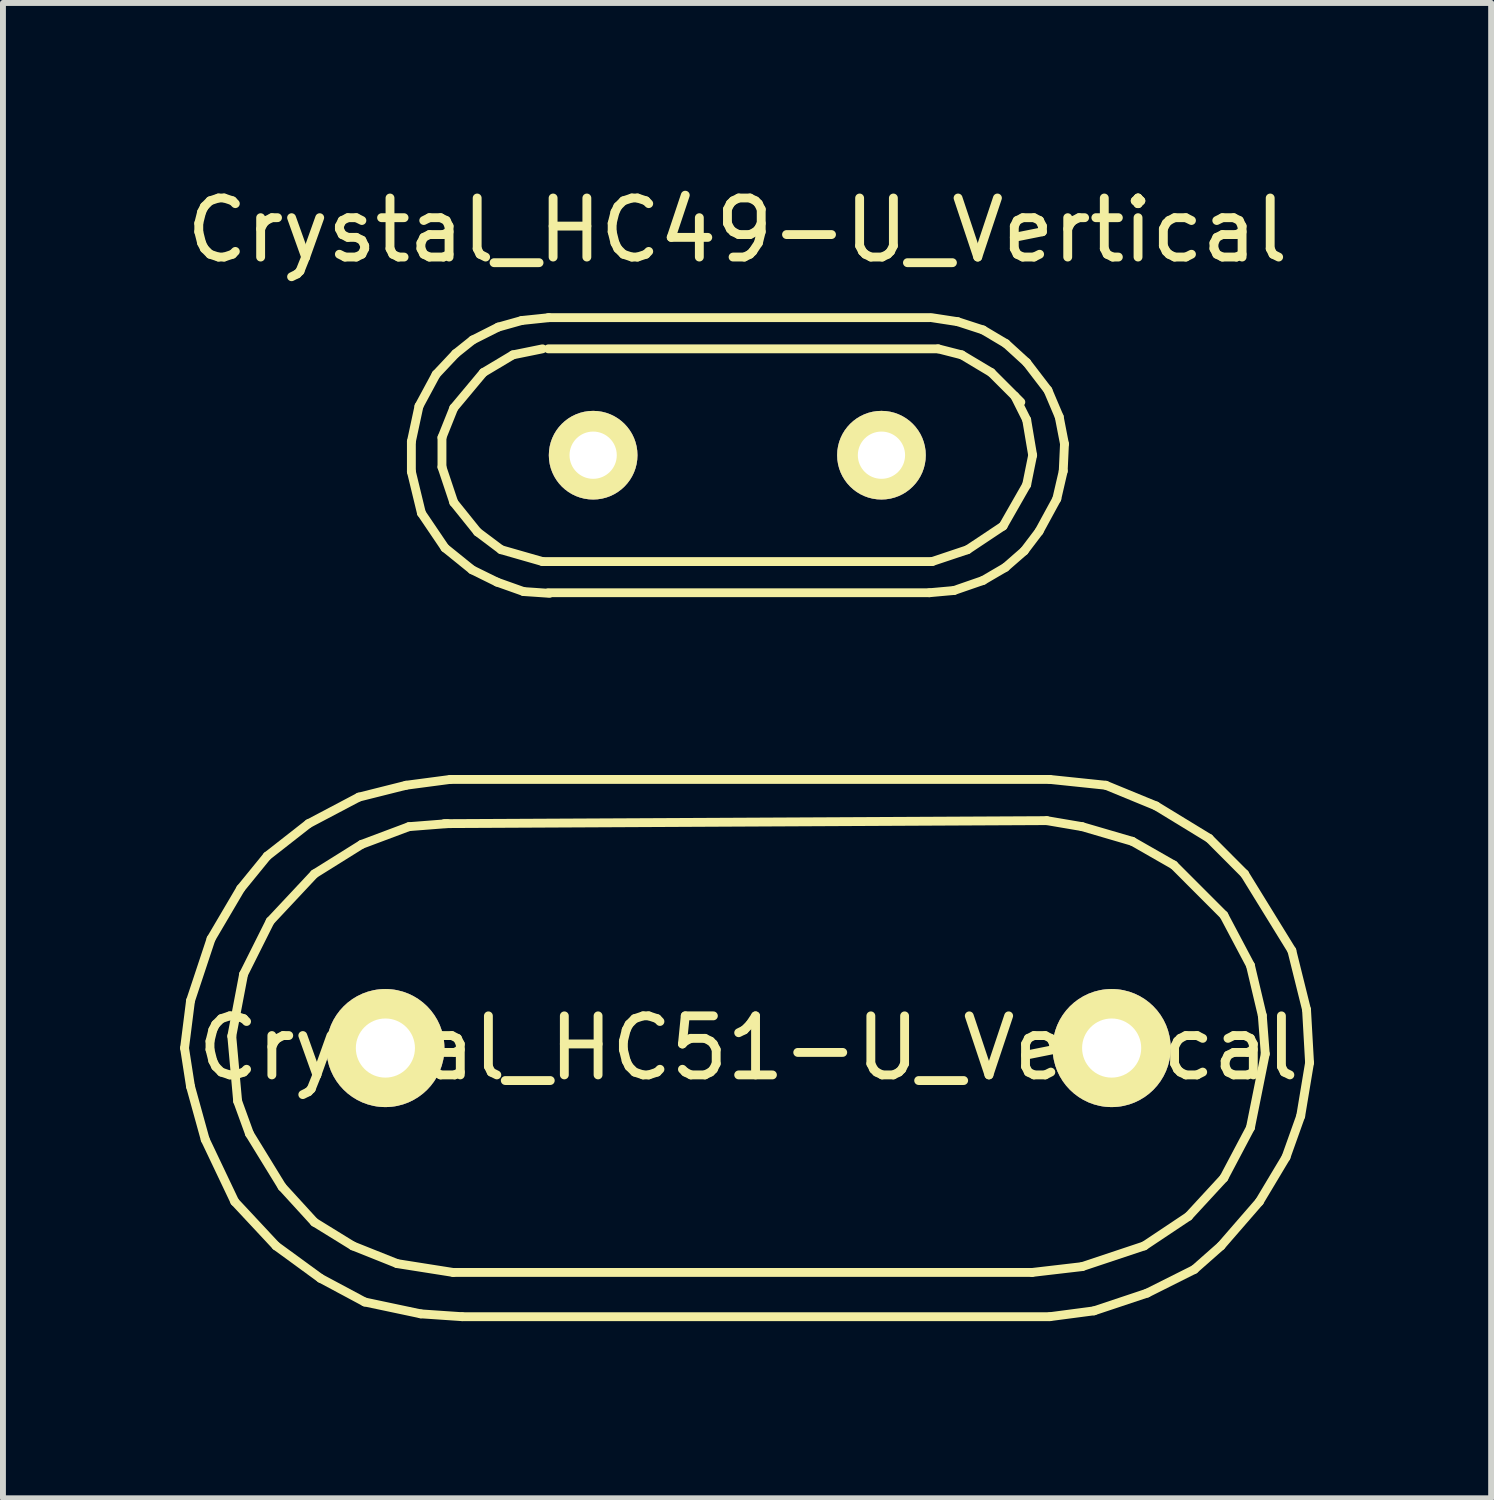
<source format=kicad_pcb>
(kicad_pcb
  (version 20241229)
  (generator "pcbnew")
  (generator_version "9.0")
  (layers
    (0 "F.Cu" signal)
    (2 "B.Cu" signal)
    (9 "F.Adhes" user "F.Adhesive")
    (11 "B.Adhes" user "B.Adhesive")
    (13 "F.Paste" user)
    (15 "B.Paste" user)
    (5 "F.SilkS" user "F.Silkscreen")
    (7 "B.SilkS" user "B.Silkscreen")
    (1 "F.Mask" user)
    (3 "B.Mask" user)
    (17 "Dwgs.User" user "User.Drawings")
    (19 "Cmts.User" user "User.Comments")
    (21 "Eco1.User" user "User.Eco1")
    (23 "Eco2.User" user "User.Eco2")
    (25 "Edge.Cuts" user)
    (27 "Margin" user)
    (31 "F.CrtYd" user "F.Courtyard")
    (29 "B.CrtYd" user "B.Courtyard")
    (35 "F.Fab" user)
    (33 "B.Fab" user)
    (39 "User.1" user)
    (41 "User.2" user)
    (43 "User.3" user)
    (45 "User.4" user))
  (footprint "Crystal_HC49-U_Vertical"
    (layer "F.Cu")
    (at 9.435 4.658)
    (property "Reference" "Crystal_HC49-U_Vertical" (at 0 -3.81 0) (layer "F.SilkS") (effects (font (size 1 1) (thickness 0.15))))
    (attr through_hole)
    (fp_line (start -5.519 -0.231) (end -5.519 0.279) (stroke (width 0.15) (type solid)) (layer "F.SilkS"))
    (fp_line (start -5.519 0.279) (end -5.349 0.98) (stroke (width 0.15) (type solid)) (layer "F.SilkS"))
    (fp_line (start -5.39 -0.831) (end -5.519 -0.231) (stroke (width 0.15) (type solid)) (layer "F.SilkS"))
    (fp_line (start -5.349 0.98) (end -4.95 1.57) (stroke (width 0.15) (type solid)) (layer "F.SilkS"))
    (fp_line (start -5.1 -1.369) (end -5.39 -0.831) (stroke (width 0.15) (type solid)) (layer "F.SilkS"))
    (fp_line (start -5.001 -0.3) (end -4.801 -0.8) (stroke (width 0.15) (type solid)) (layer "F.SilkS"))
    (fp_line (start -5.001 0.201) (end -5.001 -0.3) (stroke (width 0.15) (type solid)) (layer "F.SilkS"))
    (fp_line (start -4.95 1.57) (end -4.491 1.941) (stroke (width 0.15) (type solid)) (layer "F.SilkS"))
    (fp_line (start -4.801 -0.8) (end -4.3 -1.4) (stroke (width 0.15) (type solid)) (layer "F.SilkS"))
    (fp_line (start -4.801 0.8) (end -5.001 0.201) (stroke (width 0.15) (type solid)) (layer "F.SilkS"))
    (fp_line (start -4.77 -1.72) (end -5.1 -1.369) (stroke (width 0.15) (type solid)) (layer "F.SilkS"))
    (fp_line (start -4.491 1.941) (end -4.069 2.149) (stroke (width 0.15) (type solid)) (layer "F.SilkS"))
    (fp_line (start -4.481 -1.951) (end -4.77 -1.72) (stroke (width 0.15) (type solid)) (layer "F.SilkS"))
    (fp_line (start -4.399 1.3) (end -4.801 0.8) (stroke (width 0.15) (type solid)) (layer "F.SilkS"))
    (fp_line (start -4.3 -1.4) (end -3.8 -1.699) (stroke (width 0.15) (type solid)) (layer "F.SilkS"))
    (fp_line (start -4.069 2.149) (end -3.619 2.309) (stroke (width 0.15) (type solid)) (layer "F.SilkS"))
    (fp_line (start -4.049 -2.169) (end -4.481 -1.951) (stroke (width 0.15) (type solid)) (layer "F.SilkS"))
    (fp_line (start -4 1.6) (end -4.399 1.3) (stroke (width 0.15) (type solid)) (layer "F.SilkS"))
    (fp_line (start -3.8 -1.699) (end -3.299 -1.801) (stroke (width 0.15) (type solid)) (layer "F.SilkS"))
    (fp_line (start -3.65 -2.281) (end -4.049 -2.169) (stroke (width 0.15) (type solid)) (layer "F.SilkS"))
    (fp_line (start -3.619 2.309) (end -3.18 2.339) (stroke (width 0.15) (type solid)) (layer "F.SilkS"))
    (fp_line (start -3.299 1.801) (end -4 1.6) (stroke (width 0.15) (type solid)) (layer "F.SilkS"))
    (fp_line (start -3.2 -2.329) (end 3.251 -2.329) (stroke (width 0.15) (type solid)) (layer "F.SilkS"))
    (fp_line (start -3.2 -1.801) (end 3.401 -1.801) (stroke (width 0.15) (type solid)) (layer "F.SilkS"))
    (fp_line (start -3.2 2.329) (end 3.251 2.329) (stroke (width 0.15) (type solid)) (layer "F.SilkS"))
    (fp_line (start -3.19 -2.329) (end -3.65 -2.281) (stroke (width 0.15) (type solid)) (layer "F.SilkS"))
    (fp_line (start 3.251 2.329) (end 3.67 2.291) (stroke (width 0.15) (type solid)) (layer "F.SilkS"))
    (fp_line (start 3.299 1.801) (end -3.299 1.801) (stroke (width 0.15) (type solid)) (layer "F.SilkS"))
    (fp_line (start 3.401 -1.801) (end 3.8 -1.699) (stroke (width 0.15) (type solid)) (layer "F.SilkS"))
    (fp_line (start 3.67 2.291) (end 4.161 2.121) (stroke (width 0.15) (type solid)) (layer "F.SilkS"))
    (fp_line (start 3.731 -2.261) (end 3.289 -2.329) (stroke (width 0.15) (type solid)) (layer "F.SilkS"))
    (fp_line (start 3.8 -1.699) (end 4.3 -1.4) (stroke (width 0.15) (type solid)) (layer "F.SilkS"))
    (fp_line (start 3.899 1.6) (end 3.299 1.801) (stroke (width 0.15) (type solid)) (layer "F.SilkS"))
    (fp_line (start 4.161 -2.121) (end 3.731 -2.261) (stroke (width 0.15) (type solid)) (layer "F.SilkS"))
    (fp_line (start 4.161 2.121) (end 4.539 1.9) (stroke (width 0.15) (type solid)) (layer "F.SilkS"))
    (fp_line (start 4.3 -1.4) (end 4.801 -0.899) (stroke (width 0.15) (type solid)) (layer "F.SilkS"))
    (fp_line (start 4.501 1.199) (end 3.899 1.6) (stroke (width 0.15) (type solid)) (layer "F.SilkS"))
    (fp_line (start 4.539 1.9) (end 4.859 1.621) (stroke (width 0.15) (type solid)) (layer "F.SilkS"))
    (fp_line (start 4.549 -1.89) (end 4.161 -2.121) (stroke (width 0.15) (type solid)) (layer "F.SilkS"))
    (fp_line (start 4.699 -1.001) (end 4.9 -0.599) (stroke (width 0.15) (type solid)) (layer "F.SilkS"))
    (fp_line (start 4.859 1.621) (end 5.11 1.29) (stroke (width 0.15) (type solid)) (layer "F.SilkS"))
    (fp_line (start 4.9 -1.57) (end 4.549 -1.89) (stroke (width 0.15) (type solid)) (layer "F.SilkS"))
    (fp_line (start 4.9 -0.599) (end 5.001 0) (stroke (width 0.15) (type solid)) (layer "F.SilkS"))
    (fp_line (start 4.9 0.5) (end 4.501 1.199) (stroke (width 0.15) (type solid)) (layer "F.SilkS"))
    (fp_line (start 5.001 0) (end 4.9 0.5) (stroke (width 0.15) (type solid)) (layer "F.SilkS"))
    (fp_line (start 5.11 1.29) (end 5.41 0.739) (stroke (width 0.15) (type solid)) (layer "F.SilkS"))
    (fp_line (start 5.26 -1.1) (end 4.9 -1.57) (stroke (width 0.15) (type solid)) (layer "F.SilkS"))
    (fp_line (start 5.41 0.739) (end 5.519 0.269) (stroke (width 0.15) (type solid)) (layer "F.SilkS"))
    (fp_line (start 5.451 -0.65) (end 5.26 -1.1) (stroke (width 0.15) (type solid)) (layer "F.SilkS"))
    (fp_line (start 5.519 0.269) (end 5.54 -0.191) (stroke (width 0.15) (type solid)) (layer "F.SilkS"))
    (fp_line (start 5.54 -0.191) (end 5.451 -0.65) (stroke (width 0.15) (type solid)) (layer "F.SilkS"))
    (pad "1" thru_hole circle (at -2.441 0) (size 1.501 1.501) (drill 0.8) (layers "*.Cu" "*.Mask" "F.SilkS"))
    (pad "2" thru_hole circle (at 2.441 0) (size 1.501 1.501) (drill 0.8) (layers "*.Cu" "*.Mask" "F.SilkS")))
  (footprint "Crystal_HC51-U_Vertical"
    (layer "F.Cu")
    (at 9.625 14.697)
    (property "Reference" "Crystal_HC51-U_Vertical" (at 0 0 0) (layer "F.SilkS") (effects (font (size 1 1) (thickness 0.15))))
    (attr through_hole)
    (fp_line (start -9.55 0) (end -9.449 -0.8) (stroke (width 0.15) (type solid)) (layer "F.SilkS"))
    (fp_line (start -9.449 -0.8) (end -9.101 -1.849) (stroke (width 0.15) (type solid)) (layer "F.SilkS"))
    (fp_line (start -9.449 0.65) (end -9.55 0) (stroke (width 0.15) (type solid)) (layer "F.SilkS"))
    (fp_line (start -9.2 1.549) (end -9.449 0.65) (stroke (width 0.15) (type solid)) (layer "F.SilkS"))
    (fp_line (start -9.101 -1.849) (end -8.6 -2.7) (stroke (width 0.15) (type solid)) (layer "F.SilkS"))
    (fp_line (start -8.75 -0.201) (end -8.55 -1.25) (stroke (width 0.15) (type solid)) (layer "F.SilkS"))
    (fp_line (start -8.7 2.601) (end -9.2 1.549) (stroke (width 0.15) (type solid)) (layer "F.SilkS"))
    (fp_line (start -8.651 0.899) (end -8.75 -0.201) (stroke (width 0.15) (type solid)) (layer "F.SilkS"))
    (fp_line (start -8.6 -2.7) (end -8.151 -3.251) (stroke (width 0.15) (type solid)) (layer "F.SilkS"))
    (fp_line (start -8.55 -1.25) (end -8.1 -2.149) (stroke (width 0.15) (type solid)) (layer "F.SilkS"))
    (fp_line (start -8.451 1.45) (end -8.651 0.899) (stroke (width 0.15) (type solid)) (layer "F.SilkS"))
    (fp_line (start -8.151 -3.251) (end -7.45 -3.8) (stroke (width 0.15) (type solid)) (layer "F.SilkS"))
    (fp_line (start -8.1 -2.149) (end -7.351 -2.949) (stroke (width 0.15) (type solid)) (layer "F.SilkS"))
    (fp_line (start -8.001 3.35) (end -8.7 2.601) (stroke (width 0.15) (type solid)) (layer "F.SilkS"))
    (fp_line (start -7.899 2.349) (end -8.451 1.45) (stroke (width 0.15) (type solid)) (layer "F.SilkS"))
    (fp_line (start -7.45 -3.8) (end -6.599 -4.249) (stroke (width 0.15) (type solid)) (layer "F.SilkS"))
    (fp_line (start -7.351 -2.949) (end -6.551 -3.449) (stroke (width 0.15) (type solid)) (layer "F.SilkS"))
    (fp_line (start -7.351 2.949) (end -7.899 2.349) (stroke (width 0.15) (type solid)) (layer "F.SilkS"))
    (fp_line (start -7.249 3.899) (end -8.001 3.35) (stroke (width 0.15) (type solid)) (layer "F.SilkS"))
    (fp_line (start -6.701 3.35) (end -7.351 2.949) (stroke (width 0.15) (type solid)) (layer "F.SilkS"))
    (fp_line (start -6.599 -4.249) (end -5.799 -4.45) (stroke (width 0.15) (type solid)) (layer "F.SilkS"))
    (fp_line (start -6.551 -3.449) (end -5.751 -3.749) (stroke (width 0.15) (type solid)) (layer "F.SilkS"))
    (fp_line (start -6.5 4.3) (end -7.249 3.899) (stroke (width 0.15) (type solid)) (layer "F.SilkS"))
    (fp_line (start -5.951 3.65) (end -6.701 3.35) (stroke (width 0.15) (type solid)) (layer "F.SilkS"))
    (fp_line (start -5.799 -4.45) (end -5.05 -4.549) (stroke (width 0.15) (type solid)) (layer "F.SilkS"))
    (fp_line (start -5.751 -3.749) (end -5.1 -3.8) (stroke (width 0.15) (type solid)) (layer "F.SilkS"))
    (fp_line (start -5.55 4.501) (end -6.5 4.3) (stroke (width 0.15) (type solid)) (layer "F.SilkS"))
    (fp_line (start -5.151 -3.8) (end 5.05 -3.851) (stroke (width 0.15) (type solid)) (layer "F.SilkS"))
    (fp_line (start -5.05 -4.549) (end 5.1 -4.549) (stroke (width 0.15) (type solid)) (layer "F.SilkS"))
    (fp_line (start -5.001 3.8) (end -5.951 3.65) (stroke (width 0.15) (type solid)) (layer "F.SilkS"))
    (fp_line (start -4.849 4.549) (end -5.55 4.501) (stroke (width 0.15) (type solid)) (layer "F.SilkS"))
    (fp_line (start 4.801 3.8) (end -5.001 3.8) (stroke (width 0.15) (type solid)) (layer "F.SilkS"))
    (fp_line (start 5.05 -3.851) (end 5.649 -3.749) (stroke (width 0.15) (type solid)) (layer "F.SilkS"))
    (fp_line (start 5.1 -4.549) (end 6.05 -4.45) (stroke (width 0.15) (type solid)) (layer "F.SilkS"))
    (fp_line (start 5.1 4.549) (end -4.849 4.549) (stroke (width 0.15) (type solid)) (layer "F.SilkS"))
    (fp_line (start 5.649 -3.749) (end 6.5 -3.5) (stroke (width 0.15) (type solid)) (layer "F.SilkS"))
    (fp_line (start 5.649 3.701) (end 4.801 3.8) (stroke (width 0.15) (type solid)) (layer "F.SilkS"))
    (fp_line (start 5.85 4.45) (end 5.1 4.549) (stroke (width 0.15) (type solid)) (layer "F.SilkS"))
    (fp_line (start 6.05 -4.45) (end 6.901 -4.1) (stroke (width 0.15) (type solid)) (layer "F.SilkS"))
    (fp_line (start 6.5 -3.5) (end 7.201 -3.099) (stroke (width 0.15) (type solid)) (layer "F.SilkS"))
    (fp_line (start 6.701 3.35) (end 5.649 3.701) (stroke (width 0.15) (type solid)) (layer "F.SilkS"))
    (fp_line (start 6.749 4.15) (end 5.85 4.45) (stroke (width 0.15) (type solid)) (layer "F.SilkS"))
    (fp_line (start 6.901 -4.1) (end 7.8 -3.551) (stroke (width 0.15) (type solid)) (layer "F.SilkS"))
    (fp_line (start 7.201 -3.099) (end 8.049 -2.25) (stroke (width 0.15) (type solid)) (layer "F.SilkS"))
    (fp_line (start 7.45 2.85) (end 6.701 3.35) (stroke (width 0.15) (type solid)) (layer "F.SilkS"))
    (fp_line (start 7.549 3.749) (end 6.749 4.15) (stroke (width 0.15) (type solid)) (layer "F.SilkS"))
    (fp_line (start 7.8 -3.551) (end 8.4 -2.949) (stroke (width 0.15) (type solid)) (layer "F.SilkS"))
    (fp_line (start 8.001 3.35) (end 7.549 3.749) (stroke (width 0.15) (type solid)) (layer "F.SilkS"))
    (fp_line (start 8.049 -2.25) (end 8.499 -1.4) (stroke (width 0.15) (type solid)) (layer "F.SilkS"))
    (fp_line (start 8.049 2.2) (end 7.45 2.85) (stroke (width 0.15) (type solid)) (layer "F.SilkS"))
    (fp_line (start 8.4 -2.949) (end 9.2 -1.651) (stroke (width 0.15) (type solid)) (layer "F.SilkS"))
    (fp_line (start 8.499 -1.4) (end 8.7 -0.551) (stroke (width 0.15) (type solid)) (layer "F.SilkS"))
    (fp_line (start 8.499 1.349) (end 8.049 2.2) (stroke (width 0.15) (type solid)) (layer "F.SilkS"))
    (fp_line (start 8.651 2.601) (end 8.001 3.35) (stroke (width 0.15) (type solid)) (layer "F.SilkS"))
    (fp_line (start 8.7 -0.551) (end 8.75 0.099) (stroke (width 0.15) (type solid)) (layer "F.SilkS"))
    (fp_line (start 8.75 0.099) (end 8.499 1.349) (stroke (width 0.15) (type solid)) (layer "F.SilkS"))
    (fp_line (start 9.101 1.849) (end 8.651 2.601) (stroke (width 0.15) (type solid)) (layer "F.SilkS"))
    (fp_line (start 9.2 -1.651) (end 9.449 -0.65) (stroke (width 0.15) (type solid)) (layer "F.SilkS"))
    (fp_line (start 9.35 1.151) (end 9.101 1.849) (stroke (width 0.15) (type solid)) (layer "F.SilkS"))
    (fp_line (start 9.449 -0.65) (end 9.5 0.249) (stroke (width 0.15) (type solid)) (layer "F.SilkS"))
    (fp_line (start 9.5 0.249) (end 9.35 1.151) (stroke (width 0.15) (type solid)) (layer "F.SilkS"))
    (pad "1" thru_hole circle (at -6.149 0) (size 1.999 1.999) (drill 1.001) (layers "*.Cu" "*.Mask" "F.SilkS"))
    (pad "2" thru_hole circle (at 6.149 0) (size 1.999 1.999) (drill 1.001) (layers "*.Cu" "*.Mask" "F.SilkS")))
  (gr_rect
    (start -3 -3)
    (end 22.2 22.321)
    (stroke (width 0.1) (type default))
    (fill no)
    (layer "Edge.Cuts")))
</source>
